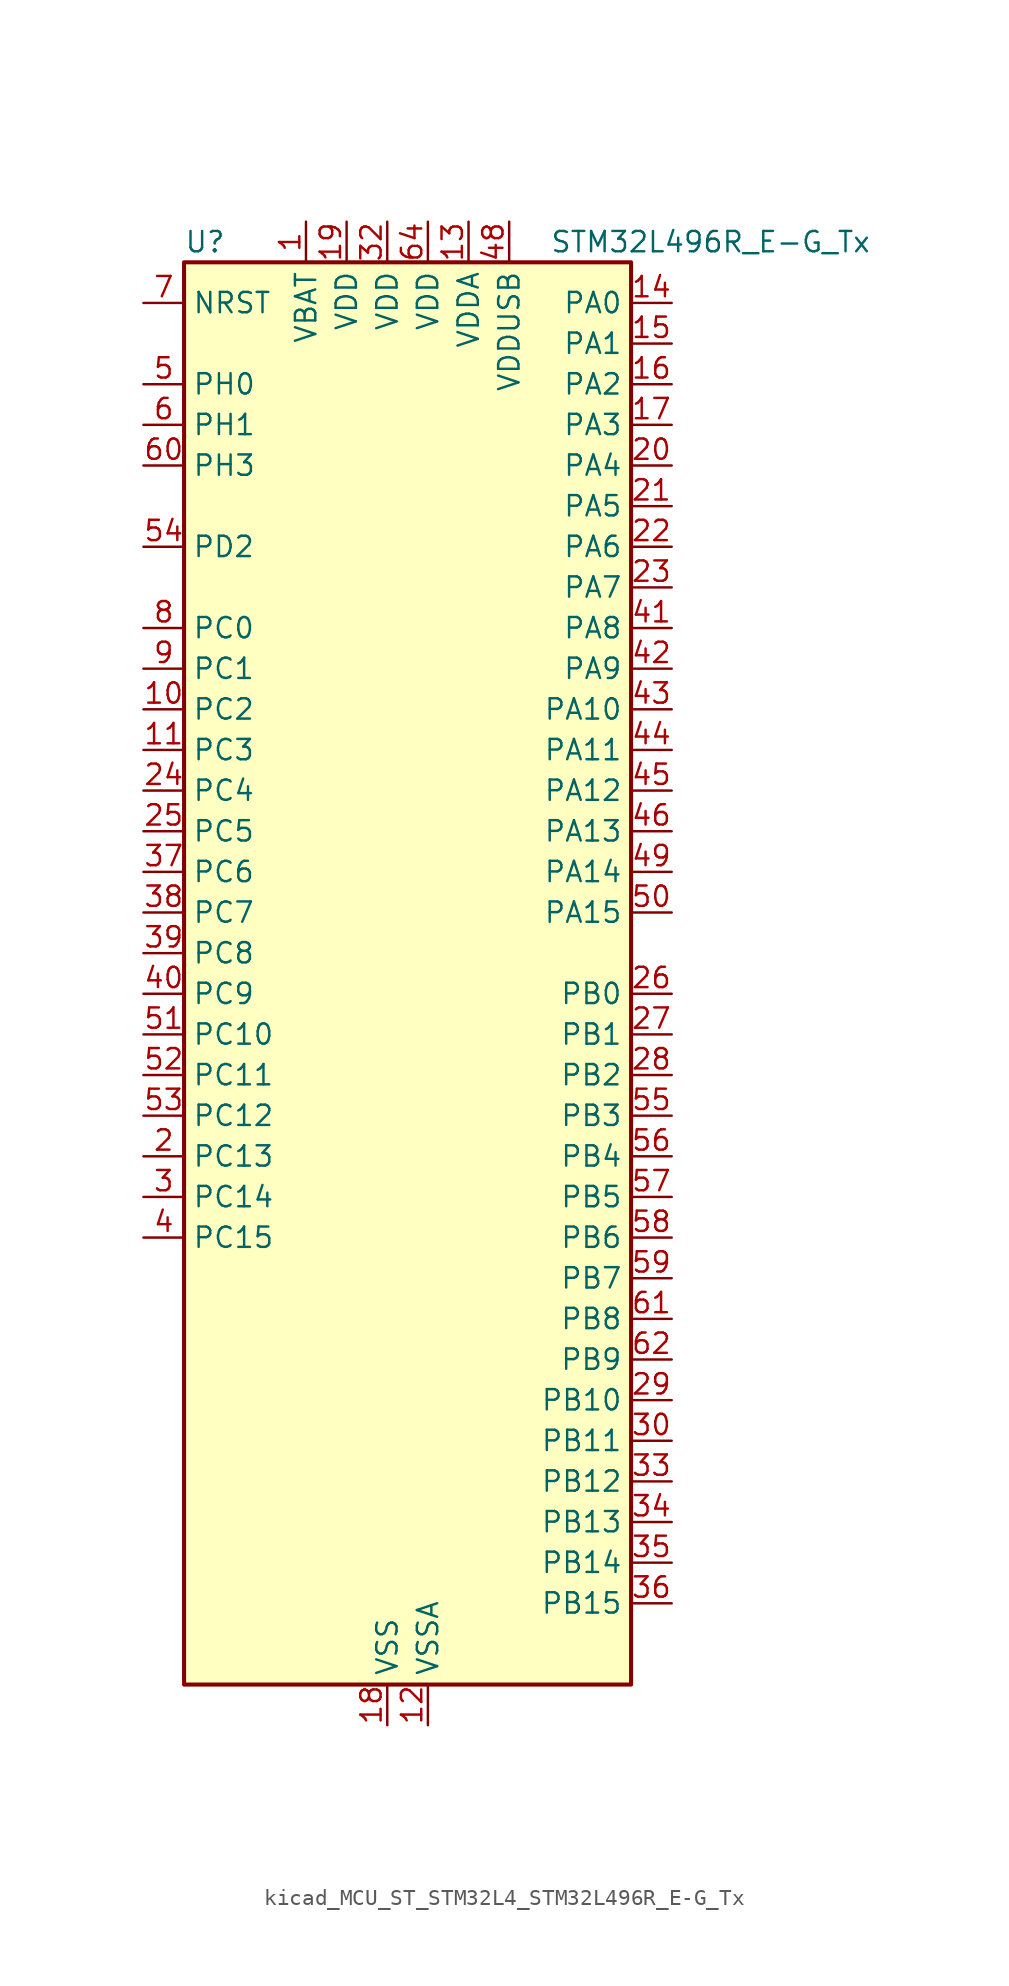
<source format=kicad_sym>
(kicad_symbol_lib
  (version 20220914)
  (generator kicad_symbol_editor)
  (symbol "kicad_MCU_ST_STM32L4_STM32L496R_E-G_Tx"
    (property "Reference" "U"
      (at -12.7 46.99 0)
      (effects (font (size 1.27 1.27)) (justify left)))
    (property "Value" "STM32L496R_E-G_Tx"
      (at 10.16 46.99 0)
      (effects (font (size 1.27 1.27)) (justify left)))
    (property "ki_locked" ""
      (at 0 0 0)
      (effects (font (size 1.27 1.27))))
    (symbol "kicad_MCU_ST_STM32L4_STM32L496R_E-G_Tx_0_1"
      (rectangle (start -12.7 -43.18) (end 15.24 45.72) (stroke (width 0.254) (type default)) (fill (type background))))
    (symbol "kicad_MCU_ST_STM32L4_STM32L496R_E-G_Tx_1_1"
      (pin power_in line (at -5.08 48.26 270) (length 2.54) (name "VBAT" (effects (font (size 1.27 1.27)))) (number "1" (effects (font (size 1.27 1.27)))))
      (pin bidirectional line (at -15.24 17.78 0) (length 2.54) (name "PC2" (effects (font (size 1.27 1.27)))) (number "10" (effects (font (size 1.27 1.27)))) (alternate "ADC1_IN3" bidirectional line) (alternate "ADC2_IN3" bidirectional line) (alternate "ADC3_IN3" bidirectional line) (alternate "DFSDM1_CKOUT" bidirectional line) (alternate "LCD_SEG20" bidirectional line) (alternate "LPTIM1_IN2" bidirectional line) (alternate "QUADSPI_BK2_IO1" bidirectional line) (alternate "SPI2_MISO" bidirectional line))
      (pin bidirectional line (at -15.24 15.24 0) (length 2.54) (name "PC3" (effects (font (size 1.27 1.27)))) (number "11" (effects (font (size 1.27 1.27)))) (alternate "ADC1_IN4" bidirectional line) (alternate "ADC2_IN4" bidirectional line) (alternate "ADC3_IN4" bidirectional line) (alternate "LCD_VLCD" bidirectional line) (alternate "LPTIM1_ETR" bidirectional line) (alternate "LPTIM2_ETR" bidirectional line) (alternate "QUADSPI_BK2_IO2" bidirectional line) (alternate "SAI1_SD_A" bidirectional line) (alternate "SPI2_MOSI" bidirectional line))
      (pin power_in line (at 2.54 -45.72 90) (length 2.54) (name "VSSA" (effects (font (size 1.27 1.27)))) (number "12" (effects (font (size 1.27 1.27)))))
      (pin power_in line (at 5.08 48.26 270) (length 2.54) (name "VDDA" (effects (font (size 1.27 1.27)))) (number "13" (effects (font (size 1.27 1.27)))))
      (pin bidirectional line (at 17.78 43.18 180) (length 2.54) (name "PA0" (effects (font (size 1.27 1.27)))) (number "14" (effects (font (size 1.27 1.27)))) (alternate "ADC1_IN5" bidirectional line) (alternate "ADC2_IN5" bidirectional line) (alternate "OPAMP1_VINP" bidirectional line) (alternate "RTC_TAMP2" bidirectional line) (alternate "SAI1_EXTCLK" bidirectional line) (alternate "SYS_WKUP1" bidirectional line) (alternate "TIM2_CH1" bidirectional line) (alternate "TIM2_ETR" bidirectional line) (alternate "TIM5_CH1" bidirectional line) (alternate "TIM8_ETR" bidirectional line) (alternate "UART4_TX" bidirectional line) (alternate "USART2_CTS" bidirectional line))
      (pin bidirectional line (at 17.78 40.64 180) (length 2.54) (name "PA1" (effects (font (size 1.27 1.27)))) (number "15" (effects (font (size 1.27 1.27)))) (alternate "ADC1_IN6" bidirectional line) (alternate "ADC2_IN6" bidirectional line) (alternate "I2C1_SMBA" bidirectional line) (alternate "LCD_SEG0" bidirectional line) (alternate "OPAMP1_VINM" bidirectional line) (alternate "SPI1_SCK" bidirectional line) (alternate "TIM15_CH1N" bidirectional line) (alternate "TIM2_CH2" bidirectional line) (alternate "TIM5_CH2" bidirectional line) (alternate "UART4_RX" bidirectional line) (alternate "USART2_DE" bidirectional line) (alternate "USART2_RTS" bidirectional line))
      (pin bidirectional line (at 17.78 38.1 180) (length 2.54) (name "PA2" (effects (font (size 1.27 1.27)))) (number "16" (effects (font (size 1.27 1.27)))) (alternate "ADC1_IN7" bidirectional line) (alternate "ADC2_IN7" bidirectional line) (alternate "LCD_SEG1" bidirectional line) (alternate "LPUART1_TX" bidirectional line) (alternate "QUADSPI_BK1_NCS" bidirectional line) (alternate "RCC_LSCO" bidirectional line) (alternate "SAI2_EXTCLK" bidirectional line) (alternate "SYS_WKUP4" bidirectional line) (alternate "TIM15_CH1" bidirectional line) (alternate "TIM2_CH3" bidirectional line) (alternate "TIM5_CH3" bidirectional line) (alternate "USART2_TX" bidirectional line))
      (pin bidirectional line (at 17.78 35.56 180) (length 2.54) (name "PA3" (effects (font (size 1.27 1.27)))) (number "17" (effects (font (size 1.27 1.27)))) (alternate "ADC1_IN8" bidirectional line) (alternate "ADC2_IN8" bidirectional line) (alternate "LCD_SEG2" bidirectional line) (alternate "LPUART1_RX" bidirectional line) (alternate "OPAMP1_VOUT" bidirectional line) (alternate "QUADSPI_CLK" bidirectional line) (alternate "SAI1_MCLK_A" bidirectional line) (alternate "TIM15_CH2" bidirectional line) (alternate "TIM2_CH4" bidirectional line) (alternate "TIM5_CH4" bidirectional line) (alternate "USART2_RX" bidirectional line))
      (pin power_in line (at 0 -45.72 90) (length 2.54) (name "VSS" (effects (font (size 1.27 1.27)))) (number "18" (effects (font (size 1.27 1.27)))))
      (pin power_in line (at -2.54 48.26 270) (length 2.54) (name "VDD" (effects (font (size 1.27 1.27)))) (number "19" (effects (font (size 1.27 1.27)))))
      (pin bidirectional line (at -15.24 -10.16 0) (length 2.54) (name "PC13" (effects (font (size 1.27 1.27)))) (number "2" (effects (font (size 1.27 1.27)))) (alternate "RTC_OUT_ALARM" bidirectional line) (alternate "RTC_OUT_CALIB" bidirectional line) (alternate "RTC_TAMP1" bidirectional line) (alternate "RTC_TS" bidirectional line) (alternate "SYS_WKUP2" bidirectional line))
      (pin bidirectional line (at 17.78 33.02 180) (length 2.54) (name "PA4" (effects (font (size 1.27 1.27)))) (number "20" (effects (font (size 1.27 1.27)))) (alternate "ADC1_IN9" bidirectional line) (alternate "ADC2_IN9" bidirectional line) (alternate "DAC1_OUT1" bidirectional line) (alternate "DCMI_HSYNC" bidirectional line) (alternate "LPTIM2_OUT" bidirectional line) (alternate "SAI1_FS_B" bidirectional line) (alternate "SPI1_NSS" bidirectional line) (alternate "SPI3_NSS" bidirectional line) (alternate "USART2_CK" bidirectional line))
      (pin bidirectional line (at 17.78 30.48 180) (length 2.54) (name "PA5" (effects (font (size 1.27 1.27)))) (number "21" (effects (font (size 1.27 1.27)))) (alternate "ADC1_IN10" bidirectional line) (alternate "ADC2_IN10" bidirectional line) (alternate "DAC1_OUT2" bidirectional line) (alternate "LPTIM2_ETR" bidirectional line) (alternate "SPI1_SCK" bidirectional line) (alternate "TIM2_CH1" bidirectional line) (alternate "TIM2_ETR" bidirectional line) (alternate "TIM8_CH1N" bidirectional line))
      (pin bidirectional line (at 17.78 27.94 180) (length 2.54) (name "PA6" (effects (font (size 1.27 1.27)))) (number "22" (effects (font (size 1.27 1.27)))) (alternate "ADC1_IN11" bidirectional line) (alternate "ADC2_IN11" bidirectional line) (alternate "DCMI_PIXCLK" bidirectional line) (alternate "LCD_SEG3" bidirectional line) (alternate "LPUART1_CTS" bidirectional line) (alternate "OPAMP2_VINP" bidirectional line) (alternate "QUADSPI_BK1_IO3" bidirectional line) (alternate "SPI1_MISO" bidirectional line) (alternate "TIM16_CH1" bidirectional line) (alternate "TIM1_BKIN" bidirectional line) (alternate "TIM1_BKIN_COMP2" bidirectional line) (alternate "TIM3_CH1" bidirectional line) (alternate "TIM8_BKIN" bidirectional line) (alternate "TIM8_BKIN_COMP2" bidirectional line) (alternate "USART3_CTS" bidirectional line))
      (pin bidirectional line (at 17.78 25.4 180) (length 2.54) (name "PA7" (effects (font (size 1.27 1.27)))) (number "23" (effects (font (size 1.27 1.27)))) (alternate "ADC1_IN12" bidirectional line) (alternate "ADC2_IN12" bidirectional line) (alternate "I2C3_SCL" bidirectional line) (alternate "LCD_SEG4" bidirectional line) (alternate "OPAMP2_VINM" bidirectional line) (alternate "QUADSPI_BK1_IO2" bidirectional line) (alternate "SPI1_MOSI" bidirectional line) (alternate "TIM17_CH1" bidirectional line) (alternate "TIM1_CH1N" bidirectional line) (alternate "TIM3_CH2" bidirectional line) (alternate "TIM8_CH1N" bidirectional line))
      (pin bidirectional line (at -15.24 12.7 0) (length 2.54) (name "PC4" (effects (font (size 1.27 1.27)))) (number "24" (effects (font (size 1.27 1.27)))) (alternate "ADC1_IN13" bidirectional line) (alternate "ADC2_IN13" bidirectional line) (alternate "COMP1_INM" bidirectional line) (alternate "LCD_SEG22" bidirectional line) (alternate "QUADSPI_BK2_IO3" bidirectional line) (alternate "USART3_TX" bidirectional line))
      (pin bidirectional line (at -15.24 10.16 0) (length 2.54) (name "PC5" (effects (font (size 1.27 1.27)))) (number "25" (effects (font (size 1.27 1.27)))) (alternate "ADC1_IN14" bidirectional line) (alternate "ADC2_IN14" bidirectional line) (alternate "COMP1_INP" bidirectional line) (alternate "LCD_SEG23" bidirectional line) (alternate "SYS_WKUP5" bidirectional line) (alternate "USART3_RX" bidirectional line))
      (pin bidirectional line (at 17.78 0 180) (length 2.54) (name "PB0" (effects (font (size 1.27 1.27)))) (number "26" (effects (font (size 1.27 1.27)))) (alternate "ADC1_IN15" bidirectional line) (alternate "ADC2_IN15" bidirectional line) (alternate "COMP1_OUT" bidirectional line) (alternate "LCD_SEG5" bidirectional line) (alternate "OPAMP2_VOUT" bidirectional line) (alternate "QUADSPI_BK1_IO1" bidirectional line) (alternate "SAI1_EXTCLK" bidirectional line) (alternate "SPI1_NSS" bidirectional line) (alternate "TIM1_CH2N" bidirectional line) (alternate "TIM3_CH3" bidirectional line) (alternate "TIM8_CH2N" bidirectional line) (alternate "USART3_CK" bidirectional line))
      (pin bidirectional line (at 17.78 -2.54 180) (length 2.54) (name "PB1" (effects (font (size 1.27 1.27)))) (number "27" (effects (font (size 1.27 1.27)))) (alternate "ADC1_IN16" bidirectional line) (alternate "ADC2_IN16" bidirectional line) (alternate "COMP1_INM" bidirectional line) (alternate "DFSDM1_DATIN0" bidirectional line) (alternate "LCD_SEG6" bidirectional line) (alternate "LPTIM2_IN1" bidirectional line) (alternate "LPUART1_DE" bidirectional line) (alternate "LPUART1_RTS" bidirectional line) (alternate "QUADSPI_BK1_IO0" bidirectional line) (alternate "TIM1_CH3N" bidirectional line) (alternate "TIM3_CH4" bidirectional line) (alternate "TIM8_CH3N" bidirectional line) (alternate "USART3_DE" bidirectional line) (alternate "USART3_RTS" bidirectional line))
      (pin bidirectional line (at 17.78 -5.08 180) (length 2.54) (name "PB2" (effects (font (size 1.27 1.27)))) (number "28" (effects (font (size 1.27 1.27)))) (alternate "COMP1_INP" bidirectional line) (alternate "DFSDM1_CKIN0" bidirectional line) (alternate "I2C3_SMBA" bidirectional line) (alternate "LCD_VLCD" bidirectional line) (alternate "LPTIM1_OUT" bidirectional line) (alternate "RTC_OUT_ALARM" bidirectional line) (alternate "RTC_OUT_CALIB" bidirectional line))
      (pin bidirectional line (at 17.78 -25.4 180) (length 2.54) (name "PB10" (effects (font (size 1.27 1.27)))) (number "29" (effects (font (size 1.27 1.27)))) (alternate "COMP1_OUT" bidirectional line) (alternate "DFSDM1_DATIN7" bidirectional line) (alternate "I2C2_SCL" bidirectional line) (alternate "I2C4_SCL" bidirectional line) (alternate "LCD_SEG10" bidirectional line) (alternate "LPUART1_RX" bidirectional line) (alternate "QUADSPI_CLK" bidirectional line) (alternate "SAI1_SCK_A" bidirectional line) (alternate "SPI2_SCK" bidirectional line) (alternate "TIM2_CH3" bidirectional line) (alternate "TSC_SYNC" bidirectional line) (alternate "USART3_TX" bidirectional line))
      (pin bidirectional line (at -15.24 -12.7 0) (length 2.54) (name "PC14" (effects (font (size 1.27 1.27)))) (number "3" (effects (font (size 1.27 1.27)))) (alternate "RCC_OSC32_IN" bidirectional line))
      (pin bidirectional line (at 17.78 -27.94 180) (length 2.54) (name "PB11" (effects (font (size 1.27 1.27)))) (number "30" (effects (font (size 1.27 1.27)))) (alternate "ADC1_EXTI11" bidirectional line) (alternate "ADC2_EXTI11" bidirectional line) (alternate "ADC3_EXTI11" bidirectional line) (alternate "COMP2_OUT" bidirectional line) (alternate "DFSDM1_CKIN7" bidirectional line) (alternate "I2C2_SDA" bidirectional line) (alternate "I2C4_SDA" bidirectional line) (alternate "LCD_SEG11" bidirectional line) (alternate "LPUART1_TX" bidirectional line) (alternate "QUADSPI_BK1_NCS" bidirectional line) (alternate "TIM2_CH4" bidirectional line) (alternate "USART3_RX" bidirectional line))
      (pin passive line (at 0 -45.72 90) (length 2.54) hide (name "VSS" (effects (font (size 1.27 1.27)))) (number "31" (effects (font (size 1.27 1.27)))))
      (pin power_in line (at 0 48.26 270) (length 2.54) (name "VDD" (effects (font (size 1.27 1.27)))) (number "32" (effects (font (size 1.27 1.27)))))
      (pin bidirectional line (at 17.78 -30.48 180) (length 2.54) (name "PB12" (effects (font (size 1.27 1.27)))) (number "33" (effects (font (size 1.27 1.27)))) (alternate "CAN2_RX" bidirectional line) (alternate "DFSDM1_DATIN1" bidirectional line) (alternate "I2C2_SMBA" bidirectional line) (alternate "LCD_SEG12" bidirectional line) (alternate "LPUART1_DE" bidirectional line) (alternate "LPUART1_RTS" bidirectional line) (alternate "SAI2_FS_A" bidirectional line) (alternate "SPI2_NSS" bidirectional line) (alternate "SWPMI1_IO" bidirectional line) (alternate "TIM15_BKIN" bidirectional line) (alternate "TIM1_BKIN" bidirectional line) (alternate "TIM1_BKIN_COMP2" bidirectional line) (alternate "TSC_G1_IO1" bidirectional line) (alternate "USART3_CK" bidirectional line))
      (pin bidirectional line (at 17.78 -33.02 180) (length 2.54) (name "PB13" (effects (font (size 1.27 1.27)))) (number "34" (effects (font (size 1.27 1.27)))) (alternate "CAN2_TX" bidirectional line) (alternate "DFSDM1_CKIN1" bidirectional line) (alternate "I2C2_SCL" bidirectional line) (alternate "LCD_SEG13" bidirectional line) (alternate "LPUART1_CTS" bidirectional line) (alternate "SAI2_SCK_A" bidirectional line) (alternate "SPI2_SCK" bidirectional line) (alternate "SWPMI1_TX" bidirectional line) (alternate "TIM15_CH1N" bidirectional line) (alternate "TIM1_CH1N" bidirectional line) (alternate "TSC_G1_IO2" bidirectional line) (alternate "USART3_CTS" bidirectional line))
      (pin bidirectional line (at 17.78 -35.56 180) (length 2.54) (name "PB14" (effects (font (size 1.27 1.27)))) (number "35" (effects (font (size 1.27 1.27)))) (alternate "DFSDM1_DATIN2" bidirectional line) (alternate "I2C2_SDA" bidirectional line) (alternate "LCD_SEG14" bidirectional line) (alternate "SAI2_MCLK_A" bidirectional line) (alternate "SPI2_MISO" bidirectional line) (alternate "SWPMI1_RX" bidirectional line) (alternate "TIM15_CH1" bidirectional line) (alternate "TIM1_CH2N" bidirectional line) (alternate "TIM8_CH2N" bidirectional line) (alternate "TSC_G1_IO3" bidirectional line) (alternate "USART3_DE" bidirectional line) (alternate "USART3_RTS" bidirectional line))
      (pin bidirectional line (at 17.78 -38.1 180) (length 2.54) (name "PB15" (effects (font (size 1.27 1.27)))) (number "36" (effects (font (size 1.27 1.27)))) (alternate "ADC1_EXTI15" bidirectional line) (alternate "ADC2_EXTI15" bidirectional line) (alternate "ADC3_EXTI15" bidirectional line) (alternate "DFSDM1_CKIN2" bidirectional line) (alternate "LCD_SEG15" bidirectional line) (alternate "RTC_REFIN" bidirectional line) (alternate "SAI2_SD_A" bidirectional line) (alternate "SPI2_MOSI" bidirectional line) (alternate "SWPMI1_SUSPEND" bidirectional line) (alternate "TIM15_CH2" bidirectional line) (alternate "TIM1_CH3N" bidirectional line) (alternate "TIM8_CH3N" bidirectional line) (alternate "TSC_G1_IO4" bidirectional line))
      (pin bidirectional line (at -15.24 7.62 0) (length 2.54) (name "PC6" (effects (font (size 1.27 1.27)))) (number "37" (effects (font (size 1.27 1.27)))) (alternate "DCMI_D0" bidirectional line) (alternate "DFSDM1_CKIN3" bidirectional line) (alternate "LCD_SEG24" bidirectional line) (alternate "SAI2_MCLK_A" bidirectional line) (alternate "SDMMC1_D6" bidirectional line) (alternate "TIM3_CH1" bidirectional line) (alternate "TIM8_CH1" bidirectional line) (alternate "TSC_G4_IO1" bidirectional line))
      (pin bidirectional line (at -15.24 5.08 0) (length 2.54) (name "PC7" (effects (font (size 1.27 1.27)))) (number "38" (effects (font (size 1.27 1.27)))) (alternate "DCMI_D1" bidirectional line) (alternate "DFSDM1_DATIN3" bidirectional line) (alternate "LCD_SEG25" bidirectional line) (alternate "SAI2_MCLK_B" bidirectional line) (alternate "SDMMC1_D7" bidirectional line) (alternate "TIM3_CH2" bidirectional line) (alternate "TIM8_CH2" bidirectional line) (alternate "TSC_G4_IO2" bidirectional line))
      (pin bidirectional line (at -15.24 2.54 0) (length 2.54) (name "PC8" (effects (font (size 1.27 1.27)))) (number "39" (effects (font (size 1.27 1.27)))) (alternate "DCMI_D2" bidirectional line) (alternate "LCD_SEG26" bidirectional line) (alternate "SDMMC1_D0" bidirectional line) (alternate "TIM3_CH3" bidirectional line) (alternate "TIM8_CH3" bidirectional line) (alternate "TSC_G4_IO3" bidirectional line))
      (pin bidirectional line (at -15.24 -15.24 0) (length 2.54) (name "PC15" (effects (font (size 1.27 1.27)))) (number "4" (effects (font (size 1.27 1.27)))) (alternate "ADC1_EXTI15" bidirectional line) (alternate "ADC2_EXTI15" bidirectional line) (alternate "ADC3_EXTI15" bidirectional line) (alternate "RCC_OSC32_OUT" bidirectional line))
      (pin bidirectional line (at -15.24 0 0) (length 2.54) (name "PC9" (effects (font (size 1.27 1.27)))) (number "40" (effects (font (size 1.27 1.27)))) (alternate "DAC1_EXTI9" bidirectional line) (alternate "DCMI_D3" bidirectional line) (alternate "I2C3_SDA" bidirectional line) (alternate "LCD_SEG27" bidirectional line) (alternate "SAI2_EXTCLK" bidirectional line) (alternate "SDMMC1_D1" bidirectional line) (alternate "TIM3_CH4" bidirectional line) (alternate "TIM8_BKIN2" bidirectional line) (alternate "TIM8_BKIN2_COMP1" bidirectional line) (alternate "TIM8_CH4" bidirectional line) (alternate "TSC_G4_IO4" bidirectional line) (alternate "USB_OTG_FS_NOE" bidirectional line))
      (pin bidirectional line (at 17.78 22.86 180) (length 2.54) (name "PA8" (effects (font (size 1.27 1.27)))) (number "41" (effects (font (size 1.27 1.27)))) (alternate "LCD_COM0" bidirectional line) (alternate "LPTIM2_OUT" bidirectional line) (alternate "RCC_MCO" bidirectional line) (alternate "SAI1_SCK_A" bidirectional line) (alternate "SWPMI1_IO" bidirectional line) (alternate "TIM1_CH1" bidirectional line) (alternate "USART1_CK" bidirectional line) (alternate "USB_OTG_FS_SOF" bidirectional line))
      (pin bidirectional line (at 17.78 20.32 180) (length 2.54) (name "PA9" (effects (font (size 1.27 1.27)))) (number "42" (effects (font (size 1.27 1.27)))) (alternate "DAC1_EXTI9" bidirectional line) (alternate "DCMI_D0" bidirectional line) (alternate "LCD_COM1" bidirectional line) (alternate "SAI1_FS_A" bidirectional line) (alternate "SPI2_SCK" bidirectional line) (alternate "TIM15_BKIN" bidirectional line) (alternate "TIM1_CH2" bidirectional line) (alternate "USART1_TX" bidirectional line) (alternate "USB_OTG_FS_VBUS" bidirectional line))
      (pin bidirectional line (at 17.78 17.78 180) (length 2.54) (name "PA10" (effects (font (size 1.27 1.27)))) (number "43" (effects (font (size 1.27 1.27)))) (alternate "DCMI_D1" bidirectional line) (alternate "LCD_COM2" bidirectional line) (alternate "SAI1_SD_A" bidirectional line) (alternate "TIM17_BKIN" bidirectional line) (alternate "TIM1_CH3" bidirectional line) (alternate "USART1_RX" bidirectional line) (alternate "USB_OTG_FS_ID" bidirectional line))
      (pin bidirectional line (at 17.78 15.24 180) (length 2.54) (name "PA11" (effects (font (size 1.27 1.27)))) (number "44" (effects (font (size 1.27 1.27)))) (alternate "ADC1_EXTI11" bidirectional line) (alternate "ADC2_EXTI11" bidirectional line) (alternate "ADC3_EXTI11" bidirectional line) (alternate "CAN1_RX" bidirectional line) (alternate "SPI1_MISO" bidirectional line) (alternate "TIM1_BKIN2" bidirectional line) (alternate "TIM1_BKIN2_COMP1" bidirectional line) (alternate "TIM1_CH4" bidirectional line) (alternate "USART1_CTS" bidirectional line) (alternate "USB_OTG_FS_DM" bidirectional line))
      (pin bidirectional line (at 17.78 12.7 180) (length 2.54) (name "PA12" (effects (font (size 1.27 1.27)))) (number "45" (effects (font (size 1.27 1.27)))) (alternate "CAN1_TX" bidirectional line) (alternate "SPI1_MOSI" bidirectional line) (alternate "TIM1_ETR" bidirectional line) (alternate "USART1_DE" bidirectional line) (alternate "USART1_RTS" bidirectional line) (alternate "USB_OTG_FS_DP" bidirectional line))
      (pin bidirectional line (at 17.78 10.16 180) (length 2.54) (name "PA13" (effects (font (size 1.27 1.27)))) (number "46" (effects (font (size 1.27 1.27)))) (alternate "IR_OUT" bidirectional line) (alternate "SAI1_SD_B" bidirectional line) (alternate "SWPMI1_TX" bidirectional line) (alternate "SYS_JTMS-SWDIO" bidirectional line) (alternate "USB_OTG_FS_NOE" bidirectional line))
      (pin passive line (at 0 -45.72 90) (length 2.54) hide (name "VSS" (effects (font (size 1.27 1.27)))) (number "47" (effects (font (size 1.27 1.27)))))
      (pin power_in line (at 7.62 48.26 270) (length 2.54) (name "VDDUSB" (effects (font (size 1.27 1.27)))) (number "48" (effects (font (size 1.27 1.27)))))
      (pin bidirectional line (at 17.78 7.62 180) (length 2.54) (name "PA14" (effects (font (size 1.27 1.27)))) (number "49" (effects (font (size 1.27 1.27)))) (alternate "I2C1_SMBA" bidirectional line) (alternate "I2C4_SMBA" bidirectional line) (alternate "LPTIM1_OUT" bidirectional line) (alternate "SAI1_FS_B" bidirectional line) (alternate "SWPMI1_RX" bidirectional line) (alternate "SYS_JTCK-SWCLK" bidirectional line) (alternate "USB_OTG_FS_SOF" bidirectional line))
      (pin bidirectional line (at -15.24 38.1 0) (length 2.54) (name "PH0" (effects (font (size 1.27 1.27)))) (number "5" (effects (font (size 1.27 1.27)))) (alternate "RCC_OSC_IN" bidirectional line))
      (pin bidirectional line (at 17.78 5.08 180) (length 2.54) (name "PA15" (effects (font (size 1.27 1.27)))) (number "50" (effects (font (size 1.27 1.27)))) (alternate "ADC1_EXTI15" bidirectional line) (alternate "ADC2_EXTI15" bidirectional line) (alternate "ADC3_EXTI15" bidirectional line) (alternate "LCD_SEG17" bidirectional line) (alternate "SAI2_FS_B" bidirectional line) (alternate "SPI1_NSS" bidirectional line) (alternate "SPI3_NSS" bidirectional line) (alternate "SWPMI1_SUSPEND" bidirectional line) (alternate "SYS_JTDI" bidirectional line) (alternate "TIM2_CH1" bidirectional line) (alternate "TIM2_ETR" bidirectional line) (alternate "TSC_G3_IO1" bidirectional line) (alternate "UART4_DE" bidirectional line) (alternate "UART4_RTS" bidirectional line) (alternate "USART2_RX" bidirectional line) (alternate "USART3_DE" bidirectional line) (alternate "USART3_RTS" bidirectional line))
      (pin bidirectional line (at -15.24 -2.54 0) (length 2.54) (name "PC10" (effects (font (size 1.27 1.27)))) (number "51" (effects (font (size 1.27 1.27)))) (alternate "DCMI_D8" bidirectional line) (alternate "LCD_COM4" bidirectional line) (alternate "LCD_SEG28" bidirectional line) (alternate "LCD_SEG40" bidirectional line) (alternate "SAI2_SCK_B" bidirectional line) (alternate "SDMMC1_D2" bidirectional line) (alternate "SPI3_SCK" bidirectional line) (alternate "SYS_TRACED1" bidirectional line) (alternate "TSC_G3_IO2" bidirectional line) (alternate "UART4_TX" bidirectional line) (alternate "USART3_TX" bidirectional line))
      (pin bidirectional line (at -15.24 -5.08 0) (length 2.54) (name "PC11" (effects (font (size 1.27 1.27)))) (number "52" (effects (font (size 1.27 1.27)))) (alternate "ADC1_EXTI11" bidirectional line) (alternate "ADC2_EXTI11" bidirectional line) (alternate "ADC3_EXTI11" bidirectional line) (alternate "DCMI_D4" bidirectional line) (alternate "LCD_COM5" bidirectional line) (alternate "LCD_SEG29" bidirectional line) (alternate "LCD_SEG41" bidirectional line) (alternate "QUADSPI_BK2_NCS" bidirectional line) (alternate "SAI2_MCLK_B" bidirectional line) (alternate "SDMMC1_D3" bidirectional line) (alternate "SPI3_MISO" bidirectional line) (alternate "TSC_G3_IO3" bidirectional line) (alternate "UART4_RX" bidirectional line) (alternate "USART3_RX" bidirectional line))
      (pin bidirectional line (at -15.24 -7.62 0) (length 2.54) (name "PC12" (effects (font (size 1.27 1.27)))) (number "53" (effects (font (size 1.27 1.27)))) (alternate "DCMI_D9" bidirectional line) (alternate "LCD_COM6" bidirectional line) (alternate "LCD_SEG30" bidirectional line) (alternate "LCD_SEG42" bidirectional line) (alternate "SAI2_SD_B" bidirectional line) (alternate "SDMMC1_CK" bidirectional line) (alternate "SPI3_MOSI" bidirectional line) (alternate "SYS_TRACED3" bidirectional line) (alternate "TSC_G3_IO4" bidirectional line) (alternate "UART5_TX" bidirectional line) (alternate "USART3_CK" bidirectional line))
      (pin bidirectional line (at -15.24 27.94 0) (length 2.54) (name "PD2" (effects (font (size 1.27 1.27)))) (number "54" (effects (font (size 1.27 1.27)))) (alternate "DCMI_D11" bidirectional line) (alternate "LCD_COM7" bidirectional line) (alternate "LCD_SEG31" bidirectional line) (alternate "LCD_SEG43" bidirectional line) (alternate "SDMMC1_CMD" bidirectional line) (alternate "SYS_TRACED2" bidirectional line) (alternate "TIM3_ETR" bidirectional line) (alternate "TSC_SYNC" bidirectional line) (alternate "UART5_RX" bidirectional line) (alternate "USART3_DE" bidirectional line) (alternate "USART3_RTS" bidirectional line))
      (pin bidirectional line (at 17.78 -7.62 180) (length 2.54) (name "PB3" (effects (font (size 1.27 1.27)))) (number "55" (effects (font (size 1.27 1.27)))) (alternate "COMP2_INM" bidirectional line) (alternate "CRS_SYNC" bidirectional line) (alternate "LCD_SEG7" bidirectional line) (alternate "SAI1_SCK_B" bidirectional line) (alternate "SPI1_SCK" bidirectional line) (alternate "SPI3_SCK" bidirectional line) (alternate "SYS_JTDO-SWO" bidirectional line) (alternate "TIM2_CH2" bidirectional line) (alternate "USART1_DE" bidirectional line) (alternate "USART1_RTS" bidirectional line))
      (pin bidirectional line (at 17.78 -10.16 180) (length 2.54) (name "PB4" (effects (font (size 1.27 1.27)))) (number "56" (effects (font (size 1.27 1.27)))) (alternate "COMP2_INP" bidirectional line) (alternate "DCMI_D12" bidirectional line) (alternate "I2C3_SDA" bidirectional line) (alternate "LCD_SEG8" bidirectional line) (alternate "SAI1_MCLK_B" bidirectional line) (alternate "SPI1_MISO" bidirectional line) (alternate "SPI3_MISO" bidirectional line) (alternate "SYS_JTRST" bidirectional line) (alternate "TIM17_BKIN" bidirectional line) (alternate "TIM3_CH1" bidirectional line) (alternate "TSC_G2_IO1" bidirectional line) (alternate "UART5_DE" bidirectional line) (alternate "UART5_RTS" bidirectional line) (alternate "USART1_CTS" bidirectional line))
      (pin bidirectional line (at 17.78 -12.7 180) (length 2.54) (name "PB5" (effects (font (size 1.27 1.27)))) (number "57" (effects (font (size 1.27 1.27)))) (alternate "CAN2_RX" bidirectional line) (alternate "COMP2_OUT" bidirectional line) (alternate "DCMI_D10" bidirectional line) (alternate "I2C1_SMBA" bidirectional line) (alternate "LCD_SEG9" bidirectional line) (alternate "LPTIM1_IN1" bidirectional line) (alternate "SAI1_SD_B" bidirectional line) (alternate "SPI1_MOSI" bidirectional line) (alternate "SPI3_MOSI" bidirectional line) (alternate "TIM16_BKIN" bidirectional line) (alternate "TIM3_CH2" bidirectional line) (alternate "TSC_G2_IO2" bidirectional line) (alternate "UART5_CTS" bidirectional line) (alternate "USART1_CK" bidirectional line))
      (pin bidirectional line (at 17.78 -15.24 180) (length 2.54) (name "PB6" (effects (font (size 1.27 1.27)))) (number "58" (effects (font (size 1.27 1.27)))) (alternate "CAN2_TX" bidirectional line) (alternate "COMP2_INP" bidirectional line) (alternate "DCMI_D5" bidirectional line) (alternate "DFSDM1_DATIN5" bidirectional line) (alternate "I2C1_SCL" bidirectional line) (alternate "I2C4_SCL" bidirectional line) (alternate "LPTIM1_ETR" bidirectional line) (alternate "SAI1_FS_B" bidirectional line) (alternate "TIM16_CH1N" bidirectional line) (alternate "TIM4_CH1" bidirectional line) (alternate "TIM8_BKIN2" bidirectional line) (alternate "TIM8_BKIN2_COMP2" bidirectional line) (alternate "TSC_G2_IO3" bidirectional line) (alternate "USART1_TX" bidirectional line))
      (pin bidirectional line (at 17.78 -17.78 180) (length 2.54) (name "PB7" (effects (font (size 1.27 1.27)))) (number "59" (effects (font (size 1.27 1.27)))) (alternate "COMP2_INM" bidirectional line) (alternate "DCMI_VSYNC" bidirectional line) (alternate "DFSDM1_CKIN5" bidirectional line) (alternate "I2C1_SDA" bidirectional line) (alternate "I2C4_SDA" bidirectional line) (alternate "LCD_SEG21" bidirectional line) (alternate "LPTIM1_IN2" bidirectional line) (alternate "SYS_PVD_IN" bidirectional line) (alternate "TIM17_CH1N" bidirectional line) (alternate "TIM4_CH2" bidirectional line) (alternate "TIM8_BKIN" bidirectional line) (alternate "TIM8_BKIN_COMP1" bidirectional line) (alternate "TSC_G2_IO4" bidirectional line) (alternate "UART4_CTS" bidirectional line) (alternate "USART1_RX" bidirectional line))
      (pin bidirectional line (at -15.24 35.56 0) (length 2.54) (name "PH1" (effects (font (size 1.27 1.27)))) (number "6" (effects (font (size 1.27 1.27)))) (alternate "RCC_OSC_OUT" bidirectional line))
      (pin bidirectional line (at -15.24 33.02 0) (length 2.54) (name "PH3" (effects (font (size 1.27 1.27)))) (number "60" (effects (font (size 1.27 1.27)))))
      (pin bidirectional line (at 17.78 -20.32 180) (length 2.54) (name "PB8" (effects (font (size 1.27 1.27)))) (number "61" (effects (font (size 1.27 1.27)))) (alternate "CAN1_RX" bidirectional line) (alternate "DCMI_D6" bidirectional line) (alternate "DFSDM1_DATIN6" bidirectional line) (alternate "I2C1_SCL" bidirectional line) (alternate "LCD_SEG16" bidirectional line) (alternate "SAI1_MCLK_A" bidirectional line) (alternate "SDMMC1_D4" bidirectional line) (alternate "TIM16_CH1" bidirectional line) (alternate "TIM4_CH3" bidirectional line))
      (pin bidirectional line (at 17.78 -22.86 180) (length 2.54) (name "PB9" (effects (font (size 1.27 1.27)))) (number "62" (effects (font (size 1.27 1.27)))) (alternate "CAN1_TX" bidirectional line) (alternate "DAC1_EXTI9" bidirectional line) (alternate "DCMI_D7" bidirectional line) (alternate "DFSDM1_CKIN6" bidirectional line) (alternate "I2C1_SDA" bidirectional line) (alternate "IR_OUT" bidirectional line) (alternate "LCD_COM3" bidirectional line) (alternate "SAI1_FS_A" bidirectional line) (alternate "SDMMC1_D5" bidirectional line) (alternate "SPI2_NSS" bidirectional line) (alternate "TIM17_CH1" bidirectional line) (alternate "TIM4_CH4" bidirectional line))
      (pin passive line (at 0 -45.72 90) (length 2.54) hide (name "VSS" (effects (font (size 1.27 1.27)))) (number "63" (effects (font (size 1.27 1.27)))))
      (pin power_in line (at 2.54 48.26 270) (length 2.54) (name "VDD" (effects (font (size 1.27 1.27)))) (number "64" (effects (font (size 1.27 1.27)))))
      (pin input line (at -15.24 43.18 0) (length 2.54) (name "NRST" (effects (font (size 1.27 1.27)))) (number "7" (effects (font (size 1.27 1.27)))))
      (pin bidirectional line (at -15.24 22.86 0) (length 2.54) (name "PC0" (effects (font (size 1.27 1.27)))) (number "8" (effects (font (size 1.27 1.27)))) (alternate "ADC1_IN1" bidirectional line) (alternate "ADC2_IN1" bidirectional line) (alternate "ADC3_IN1" bidirectional line) (alternate "DFSDM1_DATIN4" bidirectional line) (alternate "I2C3_SCL" bidirectional line) (alternate "I2C4_SCL" bidirectional line) (alternate "LCD_SEG18" bidirectional line) (alternate "LPTIM1_IN1" bidirectional line) (alternate "LPTIM2_IN1" bidirectional line) (alternate "LPUART1_RX" bidirectional line))
      (pin bidirectional line (at -15.24 20.32 0) (length 2.54) (name "PC1" (effects (font (size 1.27 1.27)))) (number "9" (effects (font (size 1.27 1.27)))) (alternate "ADC1_IN2" bidirectional line) (alternate "ADC2_IN2" bidirectional line) (alternate "ADC3_IN2" bidirectional line) (alternate "DFSDM1_CKIN4" bidirectional line) (alternate "I2C3_SDA" bidirectional line) (alternate "I2C4_SDA" bidirectional line) (alternate "LCD_SEG19" bidirectional line) (alternate "LPTIM1_OUT" bidirectional line) (alternate "LPUART1_TX" bidirectional line) (alternate "QUADSPI_BK2_IO0" bidirectional line) (alternate "SAI1_SD_A" bidirectional line) (alternate "SPI2_MOSI" bidirectional line) (alternate "SYS_TRACED0" bidirectional line)))))
</source>
